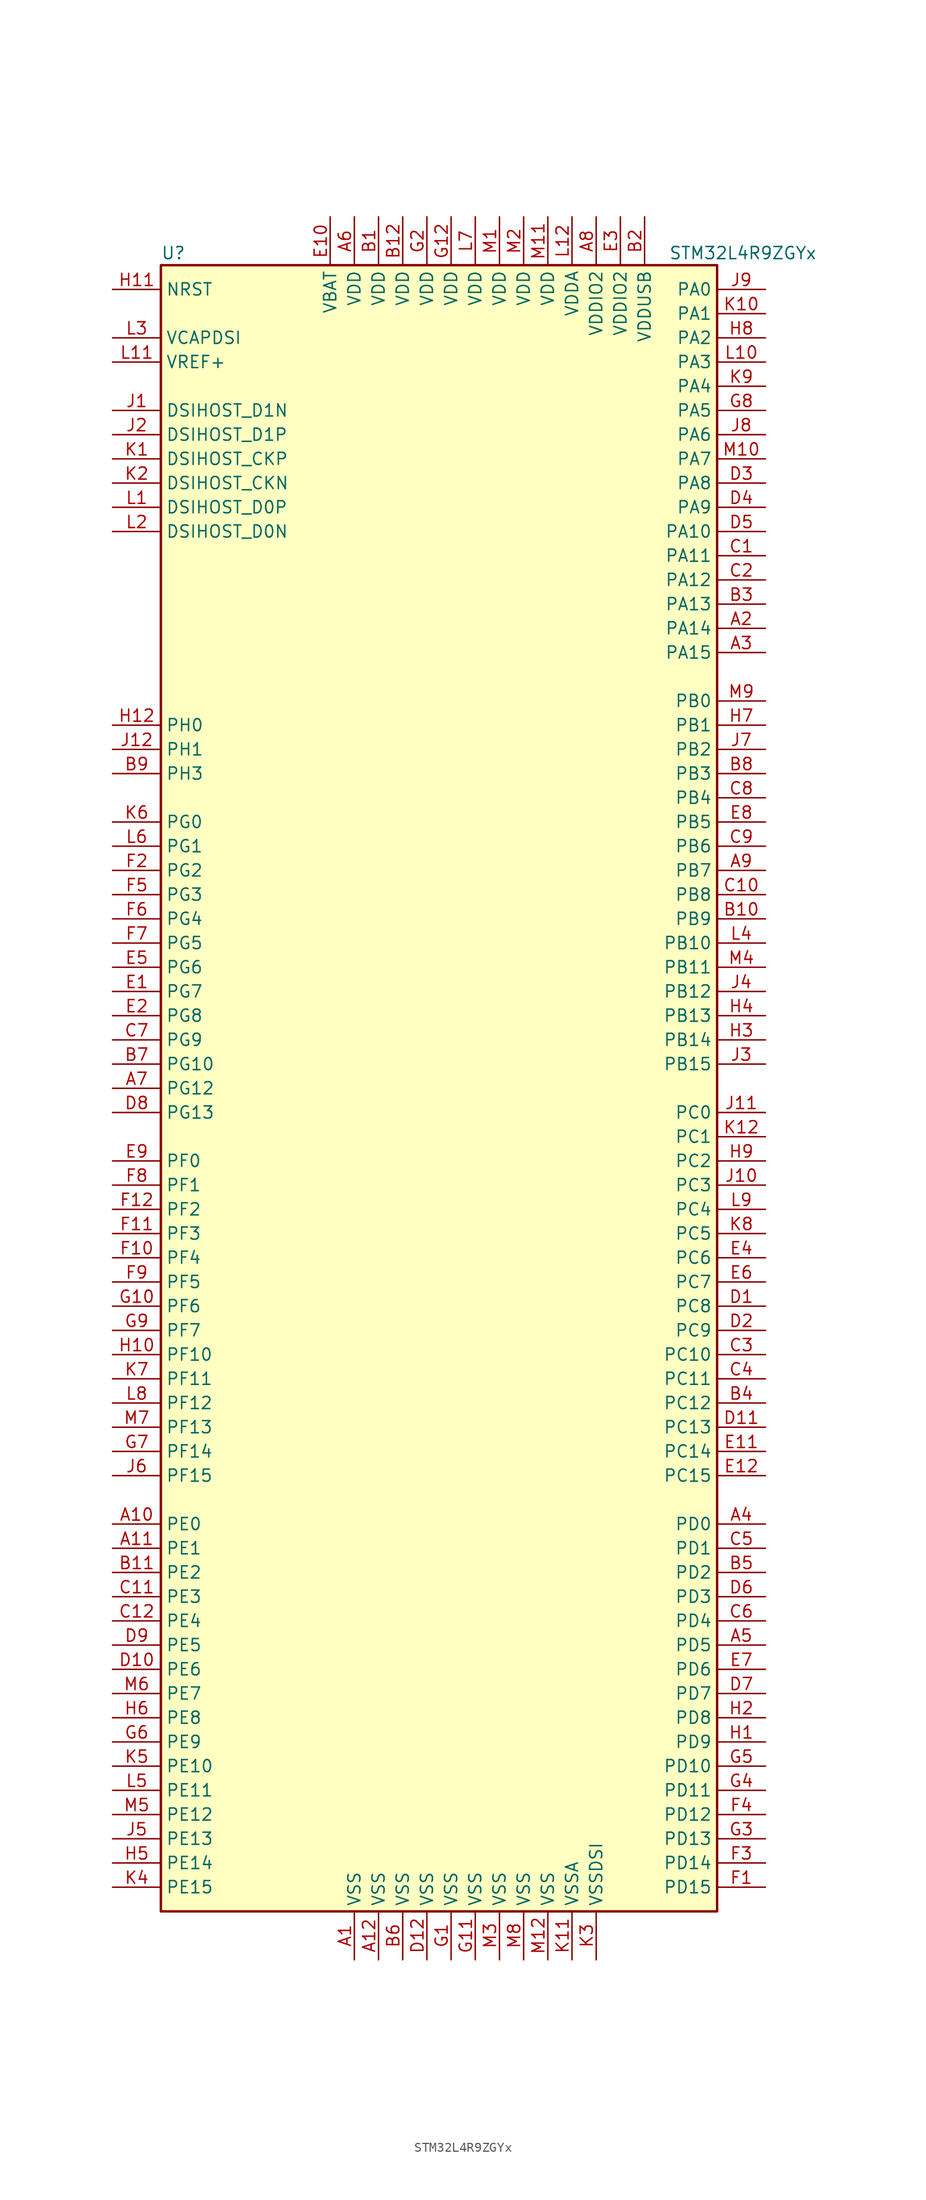
<source format=kicad_sym>
(kicad_symbol_lib
  (version 20211014)
  (generator kicad_symbol_editor)
  (symbol "STM32L4R9ZGYx"
    (property "Reference" "U"
      (at -30.48 87.63 0)
      (effects (font (size 1.27 1.27)) (justify left)))
    (property "Value" "STM32L4R9ZGYx"
      (at 22.86 87.63 0)
      (effects (font (size 1.27 1.27)) (justify left)))
    (symbol "STM32L4R9ZGYx_0_1"
      (rectangle (start -30.48 -86.36) (end 27.94 86.36) (stroke (width 0.254) (type default) (color 0 0 0 0)) (fill (type background))))
    (symbol "STM32L4R9ZGYx_1_1"
      (pin power_in line (at -10.16 -91.44 90) (length 5.08) (name "VSS" (effects (font (size 1.27 1.27)))) (number "A1" (effects (font (size 1.27 1.27)))))
      (pin bidirectional line (at -35.56 -45.72 0) (length 5.08) (name "PE0" (effects (font (size 1.27 1.27)))) (number "A10" (effects (font (size 1.27 1.27)))))
      (pin bidirectional line (at -35.56 -48.26 0) (length 5.08) (name "PE1" (effects (font (size 1.27 1.27)))) (number "A11" (effects (font (size 1.27 1.27)))))
      (pin power_in line (at -7.62 -91.44 90) (length 5.08) (name "VSS" (effects (font (size 1.27 1.27)))) (number "A12" (effects (font (size 1.27 1.27)))))
      (pin bidirectional line (at 33.02 48.26 180) (length 5.08) (name "PA14" (effects (font (size 1.27 1.27)))) (number "A2" (effects (font (size 1.27 1.27)))))
      (pin bidirectional line (at 33.02 45.72 180) (length 5.08) (name "PA15" (effects (font (size 1.27 1.27)))) (number "A3" (effects (font (size 1.27 1.27)))))
      (pin bidirectional line (at 33.02 -45.72 180) (length 5.08) (name "PD0" (effects (font (size 1.27 1.27)))) (number "A4" (effects (font (size 1.27 1.27)))))
      (pin bidirectional line (at 33.02 -58.42 180) (length 5.08) (name "PD5" (effects (font (size 1.27 1.27)))) (number "A5" (effects (font (size 1.27 1.27)))))
      (pin power_in line (at -10.16 91.44 270) (length 5.08) (name "VDD" (effects (font (size 1.27 1.27)))) (number "A6" (effects (font (size 1.27 1.27)))))
      (pin bidirectional line (at -35.56 0 0) (length 5.08) (name "PG12" (effects (font (size 1.27 1.27)))) (number "A7" (effects (font (size 1.27 1.27)))))
      (pin power_in line (at 15.24 91.44 270) (length 5.08) (name "VDDIO2" (effects (font (size 1.27 1.27)))) (number "A8" (effects (font (size 1.27 1.27)))))
      (pin bidirectional line (at 33.02 22.86 180) (length 5.08) (name "PB7" (effects (font (size 1.27 1.27)))) (number "A9" (effects (font (size 1.27 1.27)))))
      (pin power_in line (at -7.62 91.44 270) (length 5.08) (name "VDD" (effects (font (size 1.27 1.27)))) (number "B1" (effects (font (size 1.27 1.27)))))
      (pin bidirectional line (at 33.02 17.78 180) (length 5.08) (name "PB9" (effects (font (size 1.27 1.27)))) (number "B10" (effects (font (size 1.27 1.27)))))
      (pin bidirectional line (at -35.56 -50.8 0) (length 5.08) (name "PE2" (effects (font (size 1.27 1.27)))) (number "B11" (effects (font (size 1.27 1.27)))))
      (pin power_in line (at -5.08 91.44 270) (length 5.08) (name "VDD" (effects (font (size 1.27 1.27)))) (number "B12" (effects (font (size 1.27 1.27)))))
      (pin power_in line (at 20.32 91.44 270) (length 5.08) (name "VDDUSB" (effects (font (size 1.27 1.27)))) (number "B2" (effects (font (size 1.27 1.27)))))
      (pin bidirectional line (at 33.02 50.8 180) (length 5.08) (name "PA13" (effects (font (size 1.27 1.27)))) (number "B3" (effects (font (size 1.27 1.27)))))
      (pin bidirectional line (at 33.02 -33.02 180) (length 5.08) (name "PC12" (effects (font (size 1.27 1.27)))) (number "B4" (effects (font (size 1.27 1.27)))))
      (pin bidirectional line (at 33.02 -50.8 180) (length 5.08) (name "PD2" (effects (font (size 1.27 1.27)))) (number "B5" (effects (font (size 1.27 1.27)))))
      (pin power_in line (at -5.08 -91.44 90) (length 5.08) (name "VSS" (effects (font (size 1.27 1.27)))) (number "B6" (effects (font (size 1.27 1.27)))))
      (pin bidirectional line (at -35.56 2.54 0) (length 5.08) (name "PG10" (effects (font (size 1.27 1.27)))) (number "B7" (effects (font (size 1.27 1.27)))))
      (pin bidirectional line (at 33.02 33.02 180) (length 5.08) (name "PB3" (effects (font (size 1.27 1.27)))) (number "B8" (effects (font (size 1.27 1.27)))))
      (pin bidirectional line (at -35.56 33.02 0) (length 5.08) (name "PH3" (effects (font (size 1.27 1.27)))) (number "B9" (effects (font (size 1.27 1.27)))))
      (pin bidirectional line (at 33.02 55.88 180) (length 5.08) (name "PA11" (effects (font (size 1.27 1.27)))) (number "C1" (effects (font (size 1.27 1.27)))))
      (pin bidirectional line (at 33.02 20.32 180) (length 5.08) (name "PB8" (effects (font (size 1.27 1.27)))) (number "C10" (effects (font (size 1.27 1.27)))))
      (pin bidirectional line (at -35.56 -53.34 0) (length 5.08) (name "PE3" (effects (font (size 1.27 1.27)))) (number "C11" (effects (font (size 1.27 1.27)))))
      (pin bidirectional line (at -35.56 -55.88 0) (length 5.08) (name "PE4" (effects (font (size 1.27 1.27)))) (number "C12" (effects (font (size 1.27 1.27)))))
      (pin bidirectional line (at 33.02 53.34 180) (length 5.08) (name "PA12" (effects (font (size 1.27 1.27)))) (number "C2" (effects (font (size 1.27 1.27)))))
      (pin bidirectional line (at 33.02 -27.94 180) (length 5.08) (name "PC10" (effects (font (size 1.27 1.27)))) (number "C3" (effects (font (size 1.27 1.27)))))
      (pin bidirectional line (at 33.02 -30.48 180) (length 5.08) (name "PC11" (effects (font (size 1.27 1.27)))) (number "C4" (effects (font (size 1.27 1.27)))))
      (pin bidirectional line (at 33.02 -48.26 180) (length 5.08) (name "PD1" (effects (font (size 1.27 1.27)))) (number "C5" (effects (font (size 1.27 1.27)))))
      (pin bidirectional line (at 33.02 -55.88 180) (length 5.08) (name "PD4" (effects (font (size 1.27 1.27)))) (number "C6" (effects (font (size 1.27 1.27)))))
      (pin bidirectional line (at -35.56 5.08 0) (length 5.08) (name "PG9" (effects (font (size 1.27 1.27)))) (number "C7" (effects (font (size 1.27 1.27)))))
      (pin bidirectional line (at 33.02 30.48 180) (length 5.08) (name "PB4" (effects (font (size 1.27 1.27)))) (number "C8" (effects (font (size 1.27 1.27)))))
      (pin bidirectional line (at 33.02 25.4 180) (length 5.08) (name "PB6" (effects (font (size 1.27 1.27)))) (number "C9" (effects (font (size 1.27 1.27)))))
      (pin bidirectional line (at 33.02 -22.86 180) (length 5.08) (name "PC8" (effects (font (size 1.27 1.27)))) (number "D1" (effects (font (size 1.27 1.27)))))
      (pin bidirectional line (at -35.56 -60.96 0) (length 5.08) (name "PE6" (effects (font (size 1.27 1.27)))) (number "D10" (effects (font (size 1.27 1.27)))))
      (pin bidirectional line (at 33.02 -35.56 180) (length 5.08) (name "PC13" (effects (font (size 1.27 1.27)))) (number "D11" (effects (font (size 1.27 1.27)))))
      (pin power_in line (at -2.54 -91.44 90) (length 5.08) (name "VSS" (effects (font (size 1.27 1.27)))) (number "D12" (effects (font (size 1.27 1.27)))))
      (pin bidirectional line (at 33.02 -25.4 180) (length 5.08) (name "PC9" (effects (font (size 1.27 1.27)))) (number "D2" (effects (font (size 1.27 1.27)))))
      (pin bidirectional line (at 33.02 63.5 180) (length 5.08) (name "PA8" (effects (font (size 1.27 1.27)))) (number "D3" (effects (font (size 1.27 1.27)))))
      (pin bidirectional line (at 33.02 60.96 180) (length 5.08) (name "PA9" (effects (font (size 1.27 1.27)))) (number "D4" (effects (font (size 1.27 1.27)))))
      (pin bidirectional line (at 33.02 58.42 180) (length 5.08) (name "PA10" (effects (font (size 1.27 1.27)))) (number "D5" (effects (font (size 1.27 1.27)))))
      (pin bidirectional line (at 33.02 -53.34 180) (length 5.08) (name "PD3" (effects (font (size 1.27 1.27)))) (number "D6" (effects (font (size 1.27 1.27)))))
      (pin bidirectional line (at 33.02 -63.5 180) (length 5.08) (name "PD7" (effects (font (size 1.27 1.27)))) (number "D7" (effects (font (size 1.27 1.27)))))
      (pin bidirectional line (at -35.56 -2.54 0) (length 5.08) (name "PG13" (effects (font (size 1.27 1.27)))) (number "D8" (effects (font (size 1.27 1.27)))))
      (pin bidirectional line (at -35.56 -58.42 0) (length 5.08) (name "PE5" (effects (font (size 1.27 1.27)))) (number "D9" (effects (font (size 1.27 1.27)))))
      (pin bidirectional line (at -35.56 10.16 0) (length 5.08) (name "PG7" (effects (font (size 1.27 1.27)))) (number "E1" (effects (font (size 1.27 1.27)))))
      (pin power_in line (at -12.7 91.44 270) (length 5.08) (name "VBAT" (effects (font (size 1.27 1.27)))) (number "E10" (effects (font (size 1.27 1.27)))))
      (pin bidirectional line (at 33.02 -38.1 180) (length 5.08) (name "PC14" (effects (font (size 1.27 1.27)))) (number "E11" (effects (font (size 1.27 1.27)))))
      (pin bidirectional line (at 33.02 -40.64 180) (length 5.08) (name "PC15" (effects (font (size 1.27 1.27)))) (number "E12" (effects (font (size 1.27 1.27)))))
      (pin bidirectional line (at -35.56 7.62 0) (length 5.08) (name "PG8" (effects (font (size 1.27 1.27)))) (number "E2" (effects (font (size 1.27 1.27)))))
      (pin power_in line (at 17.78 91.44 270) (length 5.08) (name "VDDIO2" (effects (font (size 1.27 1.27)))) (number "E3" (effects (font (size 1.27 1.27)))))
      (pin bidirectional line (at 33.02 -17.78 180) (length 5.08) (name "PC6" (effects (font (size 1.27 1.27)))) (number "E4" (effects (font (size 1.27 1.27)))))
      (pin bidirectional line (at -35.56 12.7 0) (length 5.08) (name "PG6" (effects (font (size 1.27 1.27)))) (number "E5" (effects (font (size 1.27 1.27)))))
      (pin bidirectional line (at 33.02 -20.32 180) (length 5.08) (name "PC7" (effects (font (size 1.27 1.27)))) (number "E6" (effects (font (size 1.27 1.27)))))
      (pin bidirectional line (at 33.02 -60.96 180) (length 5.08) (name "PD6" (effects (font (size 1.27 1.27)))) (number "E7" (effects (font (size 1.27 1.27)))))
      (pin bidirectional line (at 33.02 27.94 180) (length 5.08) (name "PB5" (effects (font (size 1.27 1.27)))) (number "E8" (effects (font (size 1.27 1.27)))))
      (pin bidirectional line (at -35.56 -7.62 0) (length 5.08) (name "PF0" (effects (font (size 1.27 1.27)))) (number "E9" (effects (font (size 1.27 1.27)))))
      (pin bidirectional line (at 33.02 -83.82 180) (length 5.08) (name "PD15" (effects (font (size 1.27 1.27)))) (number "F1" (effects (font (size 1.27 1.27)))))
      (pin bidirectional line (at -35.56 -17.78 0) (length 5.08) (name "PF4" (effects (font (size 1.27 1.27)))) (number "F10" (effects (font (size 1.27 1.27)))))
      (pin bidirectional line (at -35.56 -15.24 0) (length 5.08) (name "PF3" (effects (font (size 1.27 1.27)))) (number "F11" (effects (font (size 1.27 1.27)))))
      (pin bidirectional line (at -35.56 -12.7 0) (length 5.08) (name "PF2" (effects (font (size 1.27 1.27)))) (number "F12" (effects (font (size 1.27 1.27)))))
      (pin bidirectional line (at -35.56 22.86 0) (length 5.08) (name "PG2" (effects (font (size 1.27 1.27)))) (number "F2" (effects (font (size 1.27 1.27)))))
      (pin bidirectional line (at 33.02 -81.28 180) (length 5.08) (name "PD14" (effects (font (size 1.27 1.27)))) (number "F3" (effects (font (size 1.27 1.27)))))
      (pin bidirectional line (at 33.02 -76.2 180) (length 5.08) (name "PD12" (effects (font (size 1.27 1.27)))) (number "F4" (effects (font (size 1.27 1.27)))))
      (pin bidirectional line (at -35.56 20.32 0) (length 5.08) (name "PG3" (effects (font (size 1.27 1.27)))) (number "F5" (effects (font (size 1.27 1.27)))))
      (pin bidirectional line (at -35.56 17.78 0) (length 5.08) (name "PG4" (effects (font (size 1.27 1.27)))) (number "F6" (effects (font (size 1.27 1.27)))))
      (pin bidirectional line (at -35.56 15.24 0) (length 5.08) (name "PG5" (effects (font (size 1.27 1.27)))) (number "F7" (effects (font (size 1.27 1.27)))))
      (pin bidirectional line (at -35.56 -10.16 0) (length 5.08) (name "PF1" (effects (font (size 1.27 1.27)))) (number "F8" (effects (font (size 1.27 1.27)))))
      (pin bidirectional line (at -35.56 -20.32 0) (length 5.08) (name "PF5" (effects (font (size 1.27 1.27)))) (number "F9" (effects (font (size 1.27 1.27)))))
      (pin power_in line (at 0 -91.44 90) (length 5.08) (name "VSS" (effects (font (size 1.27 1.27)))) (number "G1" (effects (font (size 1.27 1.27)))))
      (pin bidirectional line (at -35.56 -22.86 0) (length 5.08) (name "PF6" (effects (font (size 1.27 1.27)))) (number "G10" (effects (font (size 1.27 1.27)))))
      (pin power_in line (at 2.54 -91.44 90) (length 5.08) (name "VSS" (effects (font (size 1.27 1.27)))) (number "G11" (effects (font (size 1.27 1.27)))))
      (pin power_in line (at 0 91.44 270) (length 5.08) (name "VDD" (effects (font (size 1.27 1.27)))) (number "G12" (effects (font (size 1.27 1.27)))))
      (pin power_in line (at -2.54 91.44 270) (length 5.08) (name "VDD" (effects (font (size 1.27 1.27)))) (number "G2" (effects (font (size 1.27 1.27)))))
      (pin bidirectional line (at 33.02 -78.74 180) (length 5.08) (name "PD13" (effects (font (size 1.27 1.27)))) (number "G3" (effects (font (size 1.27 1.27)))))
      (pin bidirectional line (at 33.02 -73.66 180) (length 5.08) (name "PD11" (effects (font (size 1.27 1.27)))) (number "G4" (effects (font (size 1.27 1.27)))))
      (pin bidirectional line (at 33.02 -71.12 180) (length 5.08) (name "PD10" (effects (font (size 1.27 1.27)))) (number "G5" (effects (font (size 1.27 1.27)))))
      (pin bidirectional line (at -35.56 -68.58 0) (length 5.08) (name "PE9" (effects (font (size 1.27 1.27)))) (number "G6" (effects (font (size 1.27 1.27)))))
      (pin bidirectional line (at -35.56 -38.1 0) (length 5.08) (name "PF14" (effects (font (size 1.27 1.27)))) (number "G7" (effects (font (size 1.27 1.27)))))
      (pin bidirectional line (at 33.02 71.12 180) (length 5.08) (name "PA5" (effects (font (size 1.27 1.27)))) (number "G8" (effects (font (size 1.27 1.27)))))
      (pin bidirectional line (at -35.56 -25.4 0) (length 5.08) (name "PF7" (effects (font (size 1.27 1.27)))) (number "G9" (effects (font (size 1.27 1.27)))))
      (pin bidirectional line (at 33.02 -68.58 180) (length 5.08) (name "PD9" (effects (font (size 1.27 1.27)))) (number "H1" (effects (font (size 1.27 1.27)))))
      (pin bidirectional line (at -35.56 -27.94 0) (length 5.08) (name "PF10" (effects (font (size 1.27 1.27)))) (number "H10" (effects (font (size 1.27 1.27)))))
      (pin input line (at -35.56 83.82 0) (length 5.08) (name "NRST" (effects (font (size 1.27 1.27)))) (number "H11" (effects (font (size 1.27 1.27)))))
      (pin input line (at -35.56 38.1 0) (length 5.08) (name "PH0" (effects (font (size 1.27 1.27)))) (number "H12" (effects (font (size 1.27 1.27)))))
      (pin bidirectional line (at 33.02 -66.04 180) (length 5.08) (name "PD8" (effects (font (size 1.27 1.27)))) (number "H2" (effects (font (size 1.27 1.27)))))
      (pin bidirectional line (at 33.02 5.08 180) (length 5.08) (name "PB14" (effects (font (size 1.27 1.27)))) (number "H3" (effects (font (size 1.27 1.27)))))
      (pin bidirectional line (at 33.02 7.62 180) (length 5.08) (name "PB13" (effects (font (size 1.27 1.27)))) (number "H4" (effects (font (size 1.27 1.27)))))
      (pin bidirectional line (at -35.56 -81.28 0) (length 5.08) (name "PE14" (effects (font (size 1.27 1.27)))) (number "H5" (effects (font (size 1.27 1.27)))))
      (pin bidirectional line (at -35.56 -66.04 0) (length 5.08) (name "PE8" (effects (font (size 1.27 1.27)))) (number "H6" (effects (font (size 1.27 1.27)))))
      (pin bidirectional line (at 33.02 38.1 180) (length 5.08) (name "PB1" (effects (font (size 1.27 1.27)))) (number "H7" (effects (font (size 1.27 1.27)))))
      (pin bidirectional line (at 33.02 78.74 180) (length 5.08) (name "PA2" (effects (font (size 1.27 1.27)))) (number "H8" (effects (font (size 1.27 1.27)))))
      (pin bidirectional line (at 33.02 -7.62 180) (length 5.08) (name "PC2" (effects (font (size 1.27 1.27)))) (number "H9" (effects (font (size 1.27 1.27)))))
      (pin bidirectional line (at -35.56 71.12 0) (length 5.08) (name "DSIHOST_D1N" (effects (font (size 1.27 1.27)))) (number "J1" (effects (font (size 1.27 1.27)))))
      (pin bidirectional line (at 33.02 -10.16 180) (length 5.08) (name "PC3" (effects (font (size 1.27 1.27)))) (number "J10" (effects (font (size 1.27 1.27)))))
      (pin bidirectional line (at 33.02 -2.54 180) (length 5.08) (name "PC0" (effects (font (size 1.27 1.27)))) (number "J11" (effects (font (size 1.27 1.27)))))
      (pin input line (at -35.56 35.56 0) (length 5.08) (name "PH1" (effects (font (size 1.27 1.27)))) (number "J12" (effects (font (size 1.27 1.27)))))
      (pin bidirectional line (at -35.56 68.58 0) (length 5.08) (name "DSIHOST_D1P" (effects (font (size 1.27 1.27)))) (number "J2" (effects (font (size 1.27 1.27)))))
      (pin bidirectional line (at 33.02 2.54 180) (length 5.08) (name "PB15" (effects (font (size 1.27 1.27)))) (number "J3" (effects (font (size 1.27 1.27)))))
      (pin bidirectional line (at 33.02 10.16 180) (length 5.08) (name "PB12" (effects (font (size 1.27 1.27)))) (number "J4" (effects (font (size 1.27 1.27)))))
      (pin bidirectional line (at -35.56 -78.74 0) (length 5.08) (name "PE13" (effects (font (size 1.27 1.27)))) (number "J5" (effects (font (size 1.27 1.27)))))
      (pin bidirectional line (at -35.56 -40.64 0) (length 5.08) (name "PF15" (effects (font (size 1.27 1.27)))) (number "J6" (effects (font (size 1.27 1.27)))))
      (pin bidirectional line (at 33.02 35.56 180) (length 5.08) (name "PB2" (effects (font (size 1.27 1.27)))) (number "J7" (effects (font (size 1.27 1.27)))))
      (pin bidirectional line (at 33.02 68.58 180) (length 5.08) (name "PA6" (effects (font (size 1.27 1.27)))) (number "J8" (effects (font (size 1.27 1.27)))))
      (pin bidirectional line (at 33.02 83.82 180) (length 5.08) (name "PA0" (effects (font (size 1.27 1.27)))) (number "J9" (effects (font (size 1.27 1.27)))))
      (pin bidirectional line (at -35.56 66.04 0) (length 5.08) (name "DSIHOST_CKP" (effects (font (size 1.27 1.27)))) (number "K1" (effects (font (size 1.27 1.27)))))
      (pin bidirectional line (at 33.02 81.28 180) (length 5.08) (name "PA1" (effects (font (size 1.27 1.27)))) (number "K10" (effects (font (size 1.27 1.27)))))
      (pin power_in line (at 12.7 -91.44 90) (length 5.08) (name "VSSA" (effects (font (size 1.27 1.27)))) (number "K11" (effects (font (size 1.27 1.27)))))
      (pin bidirectional line (at 33.02 -5.08 180) (length 5.08) (name "PC1" (effects (font (size 1.27 1.27)))) (number "K12" (effects (font (size 1.27 1.27)))))
      (pin bidirectional line (at -35.56 63.5 0) (length 5.08) (name "DSIHOST_CKN" (effects (font (size 1.27 1.27)))) (number "K2" (effects (font (size 1.27 1.27)))))
      (pin power_in line (at 15.24 -91.44 90) (length 5.08) (name "VSSDSI" (effects (font (size 1.27 1.27)))) (number "K3" (effects (font (size 1.27 1.27)))))
      (pin bidirectional line (at -35.56 -83.82 0) (length 5.08) (name "PE15" (effects (font (size 1.27 1.27)))) (number "K4" (effects (font (size 1.27 1.27)))))
      (pin bidirectional line (at -35.56 -71.12 0) (length 5.08) (name "PE10" (effects (font (size 1.27 1.27)))) (number "K5" (effects (font (size 1.27 1.27)))))
      (pin bidirectional line (at -35.56 27.94 0) (length 5.08) (name "PG0" (effects (font (size 1.27 1.27)))) (number "K6" (effects (font (size 1.27 1.27)))))
      (pin bidirectional line (at -35.56 -30.48 0) (length 5.08) (name "PF11" (effects (font (size 1.27 1.27)))) (number "K7" (effects (font (size 1.27 1.27)))))
      (pin bidirectional line (at 33.02 -15.24 180) (length 5.08) (name "PC5" (effects (font (size 1.27 1.27)))) (number "K8" (effects (font (size 1.27 1.27)))))
      (pin bidirectional line (at 33.02 73.66 180) (length 5.08) (name "PA4" (effects (font (size 1.27 1.27)))) (number "K9" (effects (font (size 1.27 1.27)))))
      (pin bidirectional line (at -35.56 60.96 0) (length 5.08) (name "DSIHOST_D0P" (effects (font (size 1.27 1.27)))) (number "L1" (effects (font (size 1.27 1.27)))))
      (pin bidirectional line (at 33.02 76.2 180) (length 5.08) (name "PA3" (effects (font (size 1.27 1.27)))) (number "L10" (effects (font (size 1.27 1.27)))))
      (pin bidirectional line (at -35.56 76.2 0) (length 5.08) (name "VREF+" (effects (font (size 1.27 1.27)))) (number "L11" (effects (font (size 1.27 1.27)))))
      (pin power_in line (at 12.7 91.44 270) (length 5.08) (name "VDDA" (effects (font (size 1.27 1.27)))) (number "L12" (effects (font (size 1.27 1.27)))))
      (pin bidirectional line (at -35.56 58.42 0) (length 5.08) (name "DSIHOST_D0N" (effects (font (size 1.27 1.27)))) (number "L2" (effects (font (size 1.27 1.27)))))
      (pin power_in line (at -35.56 78.74 0) (length 5.08) (name "VCAPDSI" (effects (font (size 1.27 1.27)))) (number "L3" (effects (font (size 1.27 1.27)))))
      (pin bidirectional line (at 33.02 15.24 180) (length 5.08) (name "PB10" (effects (font (size 1.27 1.27)))) (number "L4" (effects (font (size 1.27 1.27)))))
      (pin bidirectional line (at -35.56 -73.66 0) (length 5.08) (name "PE11" (effects (font (size 1.27 1.27)))) (number "L5" (effects (font (size 1.27 1.27)))))
      (pin bidirectional line (at -35.56 25.4 0) (length 5.08) (name "PG1" (effects (font (size 1.27 1.27)))) (number "L6" (effects (font (size 1.27 1.27)))))
      (pin power_in line (at 2.54 91.44 270) (length 5.08) (name "VDD" (effects (font (size 1.27 1.27)))) (number "L7" (effects (font (size 1.27 1.27)))))
      (pin bidirectional line (at -35.56 -33.02 0) (length 5.08) (name "PF12" (effects (font (size 1.27 1.27)))) (number "L8" (effects (font (size 1.27 1.27)))))
      (pin bidirectional line (at 33.02 -12.7 180) (length 5.08) (name "PC4" (effects (font (size 1.27 1.27)))) (number "L9" (effects (font (size 1.27 1.27)))))
      (pin power_in line (at 5.08 91.44 270) (length 5.08) (name "VDD" (effects (font (size 1.27 1.27)))) (number "M1" (effects (font (size 1.27 1.27)))))
      (pin bidirectional line (at 33.02 66.04 180) (length 5.08) (name "PA7" (effects (font (size 1.27 1.27)))) (number "M10" (effects (font (size 1.27 1.27)))))
      (pin power_in line (at 10.16 91.44 270) (length 5.08) (name "VDD" (effects (font (size 1.27 1.27)))) (number "M11" (effects (font (size 1.27 1.27)))))
      (pin power_in line (at 10.16 -91.44 90) (length 5.08) (name "VSS" (effects (font (size 1.27 1.27)))) (number "M12" (effects (font (size 1.27 1.27)))))
      (pin power_in line (at 7.62 91.44 270) (length 5.08) (name "VDD" (effects (font (size 1.27 1.27)))) (number "M2" (effects (font (size 1.27 1.27)))))
      (pin power_in line (at 5.08 -91.44 90) (length 5.08) (name "VSS" (effects (font (size 1.27 1.27)))) (number "M3" (effects (font (size 1.27 1.27)))))
      (pin bidirectional line (at 33.02 12.7 180) (length 5.08) (name "PB11" (effects (font (size 1.27 1.27)))) (number "M4" (effects (font (size 1.27 1.27)))))
      (pin bidirectional line (at -35.56 -76.2 0) (length 5.08) (name "PE12" (effects (font (size 1.27 1.27)))) (number "M5" (effects (font (size 1.27 1.27)))))
      (pin bidirectional line (at -35.56 -63.5 0) (length 5.08) (name "PE7" (effects (font (size 1.27 1.27)))) (number "M6" (effects (font (size 1.27 1.27)))))
      (pin bidirectional line (at -35.56 -35.56 0) (length 5.08) (name "PF13" (effects (font (size 1.27 1.27)))) (number "M7" (effects (font (size 1.27 1.27)))))
      (pin power_in line (at 7.62 -91.44 90) (length 5.08) (name "VSS" (effects (font (size 1.27 1.27)))) (number "M8" (effects (font (size 1.27 1.27)))))
      (pin bidirectional line (at 33.02 40.64 180) (length 5.08) (name "PB0" (effects (font (size 1.27 1.27)))) (number "M9" (effects (font (size 1.27 1.27))))))))
</source>
